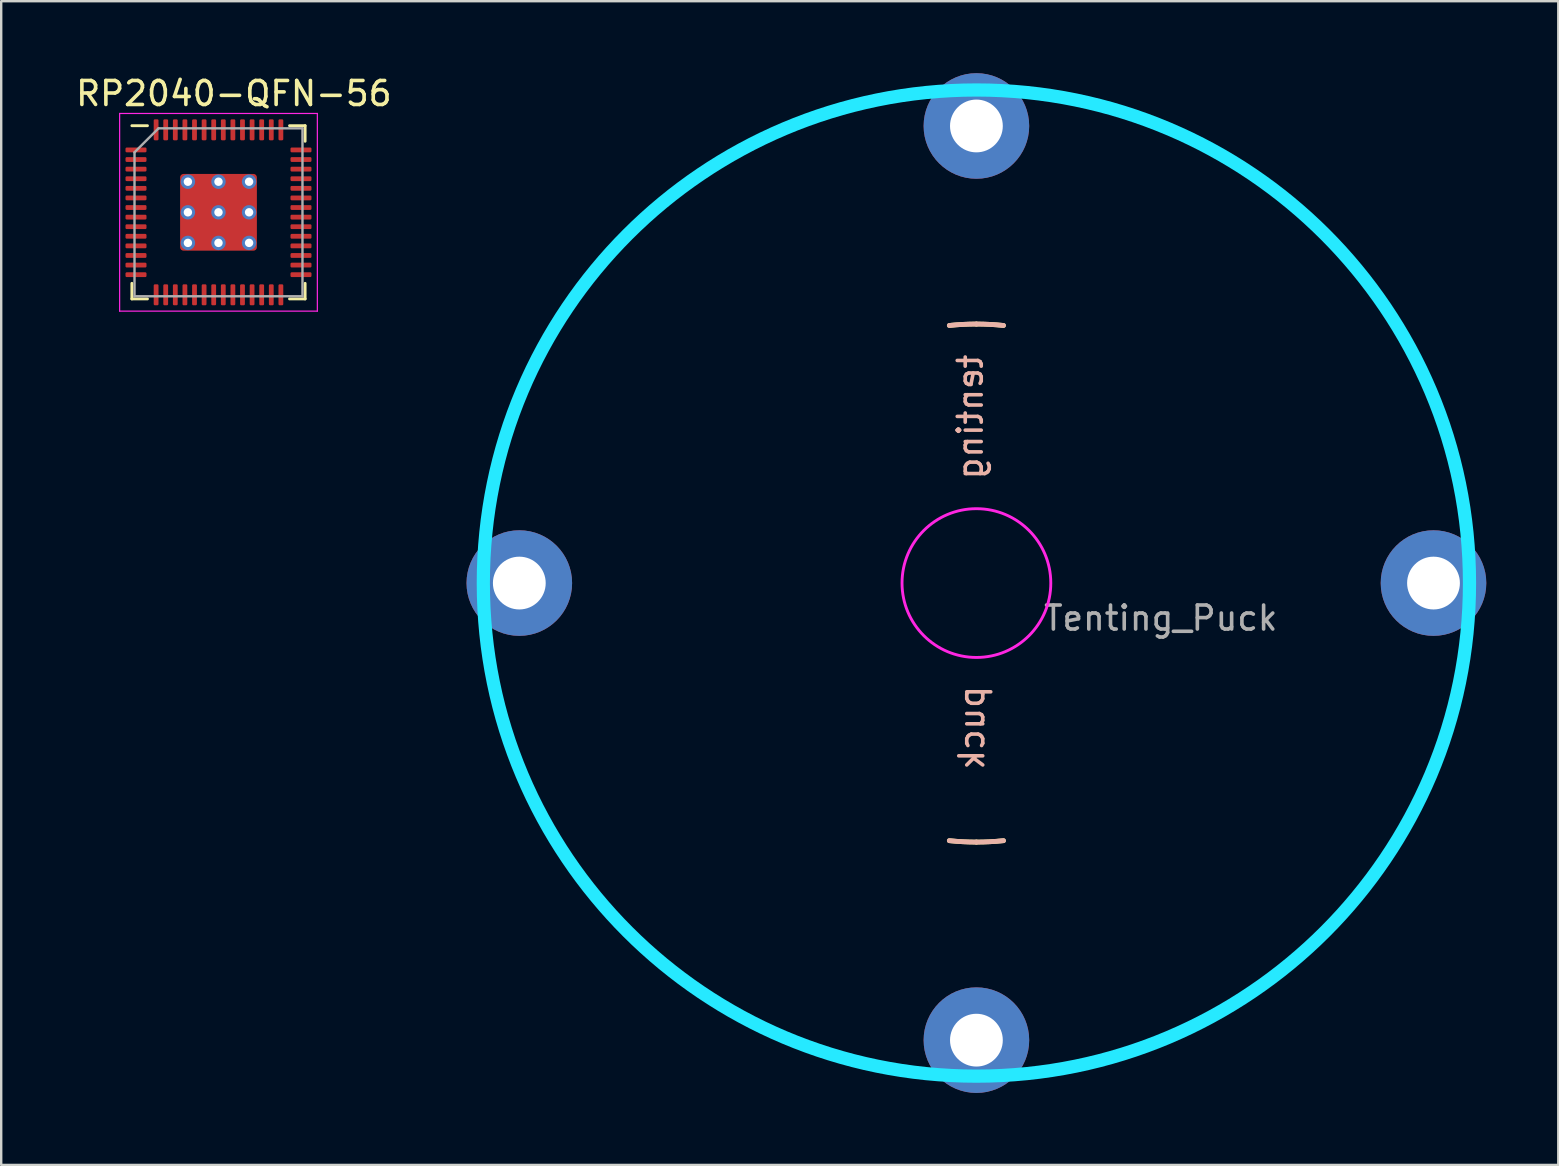
<source format=kicad_pcb>
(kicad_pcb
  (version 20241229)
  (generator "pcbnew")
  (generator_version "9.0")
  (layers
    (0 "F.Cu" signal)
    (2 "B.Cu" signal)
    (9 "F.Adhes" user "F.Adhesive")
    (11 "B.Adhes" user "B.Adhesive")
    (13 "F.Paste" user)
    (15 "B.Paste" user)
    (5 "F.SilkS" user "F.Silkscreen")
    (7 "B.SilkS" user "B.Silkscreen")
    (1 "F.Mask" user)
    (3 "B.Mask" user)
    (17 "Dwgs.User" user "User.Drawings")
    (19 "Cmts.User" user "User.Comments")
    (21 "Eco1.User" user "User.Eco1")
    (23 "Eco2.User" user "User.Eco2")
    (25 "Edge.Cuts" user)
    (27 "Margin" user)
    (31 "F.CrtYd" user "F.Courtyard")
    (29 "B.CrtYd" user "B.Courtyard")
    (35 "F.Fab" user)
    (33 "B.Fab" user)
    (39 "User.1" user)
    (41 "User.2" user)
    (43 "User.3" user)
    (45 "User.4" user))
  (footprint "Tenting_Puck"
    (layer "F.Cu")
    (at 37.643 21.25)
    (property "Reference" "Tenting_Puck" (at 7.684 1.46 0) (layer "F.Fab") (effects (font (size 1 1) (thickness 0.15))))
    (attr through_hole)
    (fp_arc (start -1.128385 -10.735864) (mid -0.564967 -10.780206) (end 0 -10.795) (stroke (width 0.2) (type solid)) (layer "F.SilkS"))
    (fp_arc (start 0 -10.795) (mid 0.564967 -10.780206) (end 1.128385 -10.735864) (stroke (width 0.2) (type solid)) (layer "F.SilkS"))
    (fp_arc (start 0 10.795) (mid -0.564967 10.780206) (end -1.128385 10.735864) (stroke (width 0.2) (type solid)) (layer "F.SilkS"))
    (fp_arc (start 1.128385 10.735864) (mid 0.564967 10.780206) (end 0 10.795) (stroke (width 0.2) (type solid)) (layer "F.SilkS"))
    (fp_arc (start -1.128385 -10.735864) (mid -0.564967 -10.780206) (end 0 -10.795) (stroke (width 0.2) (type solid)) (layer "B.SilkS"))
    (fp_arc (start 0 -10.795) (mid 0.564967 -10.780206) (end 1.128385 -10.735864) (stroke (width 0.2) (type solid)) (layer "B.SilkS"))
    (fp_arc (start 0 10.795) (mid -0.564967 10.780206) (end -1.128385 10.735864) (stroke (width 0.2) (type solid)) (layer "B.SilkS"))
    (fp_arc (start 1.128385 10.735864) (mid 0.564967 10.780206) (end 0 10.795) (stroke (width 0.2) (type solid)) (layer "B.SilkS"))
    (fp_circle (center 0 0) (end 20.55 0) (stroke (width 0.55) (type solid)) (fill no) (layer "B.CrtYd"))
    (fp_circle (center 0 0) (end 3.1 0) (stroke (width 0.12) (type solid)) (fill no) (layer "F.CrtYd"))
    (fp_text user "puck" (at -0.191 6.032 90) (unlocked yes) (layer "B.SilkS") (effects (font (size 1 1) (thickness 0.15)) (justify mirror)))
    (fp_text user "tenting" (at -0.254 -6.921 90) (layer "B.SilkS") (effects (font (size 1 1) (thickness 0.15)) (justify mirror)))
    (pad "" thru_hole circle (at -19.05 0) (size 4.4 4.4) (drill 2.2) (layers "*.Cu" "*.Mask"))
    (pad "" thru_hole circle (at 0 -19.05) (size 4.4 4.4) (drill 2.2) (layers "*.Cu" "*.Mask"))
    (pad "" thru_hole circle (at 0 19.05) (size 4.4 4.4) (drill 2.2) (layers "*.Cu" "*.Mask"))
    (pad "" thru_hole circle (at 19.05 0) (size 4.4 4.4) (drill 2.2) (layers "*.Cu" "*.Mask")))
  (footprint "RP2040-QFN-56"
    (layer "F.Cu")
    (at 6.056 5.798)
    (property "Reference" "RP2040-QFN-56" (at 0.64 -4.95 0) (layer "F.SilkS") (effects (font (size 1 1) (thickness 0.15))))
    (attr smd)
    (fp_line (start -3.61 3.61) (end -3.61 2.96) (stroke (width 0.12) (type solid)) (layer "F.SilkS"))
    (fp_line (start -2.96 -3.61) (end -3.61 -3.61) (stroke (width 0.12) (type solid)) (layer "F.SilkS"))
    (fp_line (start -2.96 3.61) (end -3.61 3.61) (stroke (width 0.12) (type solid)) (layer "F.SilkS"))
    (fp_line (start 2.96 -3.61) (end 3.61 -3.61) (stroke (width 0.12) (type solid)) (layer "F.SilkS"))
    (fp_line (start 2.96 3.61) (end 3.61 3.61) (stroke (width 0.12) (type solid)) (layer "F.SilkS"))
    (fp_line (start 3.61 -3.61) (end 3.61 -2.96) (stroke (width 0.12) (type solid)) (layer "F.SilkS"))
    (fp_line (start 3.61 3.61) (end 3.61 2.96) (stroke (width 0.12) (type solid)) (layer "F.SilkS"))
    (fp_line (start -4.12 -4.12) (end -4.12 4.12) (stroke (width 0.05) (type solid)) (layer "F.CrtYd"))
    (fp_line (start -4.12 4.12) (end 4.12 4.12) (stroke (width 0.05) (type solid)) (layer "F.CrtYd"))
    (fp_line (start 4.12 -4.12) (end -4.12 -4.12) (stroke (width 0.05) (type solid)) (layer "F.CrtYd"))
    (fp_line (start 4.12 4.12) (end 4.12 -4.12) (stroke (width 0.05) (type solid)) (layer "F.CrtYd"))
    (fp_line (start -3.5 -2.5) (end -2.5 -3.5) (stroke (width 0.1) (type solid)) (layer "F.Fab"))
    (fp_line (start -3.5 3.5) (end -3.5 -2.5) (stroke (width 0.1) (type solid)) (layer "F.Fab"))
    (fp_line (start -2.5 -3.5) (end 3.5 -3.5) (stroke (width 0.1) (type solid)) (layer "F.Fab"))
    (fp_line (start 3.5 -3.5) (end 3.5 3.5) (stroke (width 0.1) (type solid)) (layer "F.Fab"))
    (fp_line (start 3.5 3.5) (end -3.5 3.5) (stroke (width 0.1) (type solid)) (layer "F.Fab"))
    (pad "" smd roundrect (at -0.637 -0.637) (size 1.084 1.084) (layers "F.Paste") (roundrect_rratio 0.231))
    (pad "" smd roundrect (at -0.637 0.637) (size 1.084 1.084) (layers "F.Paste") (roundrect_rratio 0.231))
    (pad "" smd roundrect (at 0.637 -0.637) (size 1.084 1.084) (layers "F.Paste") (roundrect_rratio 0.231))
    (pad "" smd roundrect (at 0.637 0.637) (size 1.084 1.084) (layers "F.Paste") (roundrect_rratio 0.231))
    (pad "1" smd roundrect (at -3.438 -2.6) (size 0.875 0.2) (layers "F.Cu" "F.Mask" "F.Paste") (roundrect_rratio 0.25))
    (pad "2" smd roundrect (at -3.438 -2.2) (size 0.875 0.2) (layers "F.Cu" "F.Mask" "F.Paste") (roundrect_rratio 0.25))
    (pad "3" smd roundrect (at -3.438 -1.8) (size 0.875 0.2) (layers "F.Cu" "F.Mask" "F.Paste") (roundrect_rratio 0.25))
    (pad "4" smd roundrect (at -3.438 -1.4) (size 0.875 0.2) (layers "F.Cu" "F.Mask" "F.Paste") (roundrect_rratio 0.25))
    (pad "5" smd roundrect (at -3.438 -1) (size 0.875 0.2) (layers "F.Cu" "F.Mask" "F.Paste") (roundrect_rratio 0.25))
    (pad "6" smd roundrect (at -3.438 -0.6) (size 0.875 0.2) (layers "F.Cu" "F.Mask" "F.Paste") (roundrect_rratio 0.25))
    (pad "7" smd roundrect (at -3.438 -0.2) (size 0.875 0.2) (layers "F.Cu" "F.Mask" "F.Paste") (roundrect_rratio 0.25))
    (pad "8" smd roundrect (at -3.438 0.2) (size 0.875 0.2) (layers "F.Cu" "F.Mask" "F.Paste") (roundrect_rratio 0.25))
    (pad "9" smd roundrect (at -3.438 0.6) (size 0.875 0.2) (layers "F.Cu" "F.Mask" "F.Paste") (roundrect_rratio 0.25))
    (pad "10" smd roundrect (at -3.438 1) (size 0.875 0.2) (layers "F.Cu" "F.Mask" "F.Paste") (roundrect_rratio 0.25))
    (pad "11" smd roundrect (at -3.438 1.4) (size 0.875 0.2) (layers "F.Cu" "F.Mask" "F.Paste") (roundrect_rratio 0.25))
    (pad "12" smd roundrect (at -3.438 1.8) (size 0.875 0.2) (layers "F.Cu" "F.Mask" "F.Paste") (roundrect_rratio 0.25))
    (pad "13" smd roundrect (at -3.438 2.2) (size 0.875 0.2) (layers "F.Cu" "F.Mask" "F.Paste") (roundrect_rratio 0.25))
    (pad "14" smd roundrect (at -3.438 2.6) (size 0.875 0.2) (layers "F.Cu" "F.Mask" "F.Paste") (roundrect_rratio 0.25))
    (pad "15" smd roundrect (at -2.6 3.438) (size 0.2 0.875) (layers "F.Cu" "F.Mask" "F.Paste") (roundrect_rratio 0.25))
    (pad "16" smd roundrect (at -2.2 3.438) (size 0.2 0.875) (layers "F.Cu" "F.Mask" "F.Paste") (roundrect_rratio 0.25))
    (pad "17" smd roundrect (at -1.8 3.438) (size 0.2 0.875) (layers "F.Cu" "F.Mask" "F.Paste") (roundrect_rratio 0.25))
    (pad "18" smd roundrect (at -1.4 3.438) (size 0.2 0.875) (layers "F.Cu" "F.Mask" "F.Paste") (roundrect_rratio 0.25))
    (pad "19" smd roundrect (at -1 3.438) (size 0.2 0.875) (layers "F.Cu" "F.Mask" "F.Paste") (roundrect_rratio 0.25))
    (pad "20" smd roundrect (at -0.6 3.438) (size 0.2 0.875) (layers "F.Cu" "F.Mask" "F.Paste") (roundrect_rratio 0.25))
    (pad "21" smd roundrect (at -0.2 3.438) (size 0.2 0.875) (layers "F.Cu" "F.Mask" "F.Paste") (roundrect_rratio 0.25))
    (pad "22" smd roundrect (at 0.2 3.438) (size 0.2 0.875) (layers "F.Cu" "F.Mask" "F.Paste") (roundrect_rratio 0.25))
    (pad "23" smd roundrect (at 0.6 3.438) (size 0.2 0.875) (layers "F.Cu" "F.Mask" "F.Paste") (roundrect_rratio 0.25))
    (pad "24" smd roundrect (at 1 3.438) (size 0.2 0.875) (layers "F.Cu" "F.Mask" "F.Paste") (roundrect_rratio 0.25))
    (pad "25" smd roundrect (at 1.4 3.438) (size 0.2 0.875) (layers "F.Cu" "F.Mask" "F.Paste") (roundrect_rratio 0.25))
    (pad "26" smd roundrect (at 1.8 3.438) (size 0.2 0.875) (layers "F.Cu" "F.Mask" "F.Paste") (roundrect_rratio 0.25))
    (pad "27" smd roundrect (at 2.2 3.438) (size 0.2 0.875) (layers "F.Cu" "F.Mask" "F.Paste") (roundrect_rratio 0.25))
    (pad "28" smd roundrect (at 2.6 3.438) (size 0.2 0.875) (layers "F.Cu" "F.Mask" "F.Paste") (roundrect_rratio 0.25))
    (pad "29" smd roundrect (at 3.438 2.6) (size 0.875 0.2) (layers "F.Cu" "F.Mask" "F.Paste") (roundrect_rratio 0.25))
    (pad "30" smd roundrect (at 3.438 2.2) (size 0.875 0.2) (layers "F.Cu" "F.Mask" "F.Paste") (roundrect_rratio 0.25))
    (pad "31" smd roundrect (at 3.438 1.8) (size 0.875 0.2) (layers "F.Cu" "F.Mask" "F.Paste") (roundrect_rratio 0.25))
    (pad "32" smd roundrect (at 3.438 1.4) (size 0.875 0.2) (layers "F.Cu" "F.Mask" "F.Paste") (roundrect_rratio 0.25))
    (pad "33" smd roundrect (at 3.438 1) (size 0.875 0.2) (layers "F.Cu" "F.Mask" "F.Paste") (roundrect_rratio 0.25))
    (pad "34" smd roundrect (at 3.438 0.6) (size 0.875 0.2) (layers "F.Cu" "F.Mask" "F.Paste") (roundrect_rratio 0.25))
    (pad "35" smd roundrect (at 3.438 0.2) (size 0.875 0.2) (layers "F.Cu" "F.Mask" "F.Paste") (roundrect_rratio 0.25))
    (pad "36" smd roundrect (at 3.438 -0.2) (size 0.875 0.2) (layers "F.Cu" "F.Mask" "F.Paste") (roundrect_rratio 0.25))
    (pad "37" smd roundrect (at 3.438 -0.6) (size 0.875 0.2) (layers "F.Cu" "F.Mask" "F.Paste") (roundrect_rratio 0.25))
    (pad "38" smd roundrect (at 3.438 -1) (size 0.875 0.2) (layers "F.Cu" "F.Mask" "F.Paste") (roundrect_rratio 0.25))
    (pad "39" smd roundrect (at 3.438 -1.4) (size 0.875 0.2) (layers "F.Cu" "F.Mask" "F.Paste") (roundrect_rratio 0.25))
    (pad "40" smd roundrect (at 3.438 -1.8) (size 0.875 0.2) (layers "F.Cu" "F.Mask" "F.Paste") (roundrect_rratio 0.25))
    (pad "41" smd roundrect (at 3.438 -2.2) (size 0.875 0.2) (layers "F.Cu" "F.Mask" "F.Paste") (roundrect_rratio 0.25))
    (pad "42" smd roundrect (at 3.438 -2.6) (size 0.875 0.2) (layers "F.Cu" "F.Mask" "F.Paste") (roundrect_rratio 0.25))
    (pad "43" smd roundrect (at 2.6 -3.438) (size 0.2 0.875) (layers "F.Cu" "F.Mask" "F.Paste") (roundrect_rratio 0.25))
    (pad "44" smd roundrect (at 2.2 -3.438) (size 0.2 0.875) (layers "F.Cu" "F.Mask" "F.Paste") (roundrect_rratio 0.25))
    (pad "45" smd roundrect (at 1.8 -3.438) (size 0.2 0.875) (layers "F.Cu" "F.Mask" "F.Paste") (roundrect_rratio 0.25))
    (pad "46" smd roundrect (at 1.4 -3.438) (size 0.2 0.875) (layers "F.Cu" "F.Mask" "F.Paste") (roundrect_rratio 0.25))
    (pad "47" smd roundrect (at 1 -3.438) (size 0.2 0.875) (layers "F.Cu" "F.Mask" "F.Paste") (roundrect_rratio 0.25))
    (pad "48" smd roundrect (at 0.6 -3.438) (size 0.2 0.875) (layers "F.Cu" "F.Mask" "F.Paste") (roundrect_rratio 0.25))
    (pad "49" smd roundrect (at 0.2 -3.438) (size 0.2 0.875) (layers "F.Cu" "F.Mask" "F.Paste") (roundrect_rratio 0.25))
    (pad "50" smd roundrect (at -0.2 -3.438) (size 0.2 0.875) (layers "F.Cu" "F.Mask" "F.Paste") (roundrect_rratio 0.25))
    (pad "51" smd roundrect (at -0.6 -3.438) (size 0.2 0.875) (layers "F.Cu" "F.Mask" "F.Paste") (roundrect_rratio 0.25))
    (pad "52" smd roundrect (at -1 -3.438) (size 0.2 0.875) (layers "F.Cu" "F.Mask" "F.Paste") (roundrect_rratio 0.25))
    (pad "53" smd roundrect (at -1.4 -3.438) (size 0.2 0.875) (layers "F.Cu" "F.Mask" "F.Paste") (roundrect_rratio 0.25))
    (pad "54" smd roundrect (at -1.8 -3.438) (size 0.2 0.875) (layers "F.Cu" "F.Mask" "F.Paste") (roundrect_rratio 0.25))
    (pad "55" smd roundrect (at -2.2 -3.438) (size 0.2 0.875) (layers "F.Cu" "F.Mask" "F.Paste") (roundrect_rratio 0.25))
    (pad "56" smd roundrect (at -2.6 -3.438) (size 0.2 0.875) (layers "F.Cu" "F.Mask" "F.Paste") (roundrect_rratio 0.25))
    (pad "57" thru_hole circle (at -1.275 -1.275) (size 0.6 0.6) (drill 0.35) (layers "*.Cu"))
    (pad "57" thru_hole circle (at -1.275 0) (size 0.6 0.6) (drill 0.35) (layers "*.Cu"))
    (pad "57" thru_hole circle (at -1.275 1.275) (size 0.6 0.6) (drill 0.35) (layers "*.Cu"))
    (pad "57" thru_hole circle (at 0 -1.275) (size 0.6 0.6) (drill 0.35) (layers "*.Cu"))
    (pad "57" thru_hole circle (at 0 0) (size 0.6 0.6) (drill 0.35) (layers "*.Cu"))
    (pad "57" smd roundrect (at 0 0) (size 3.2 3.2) (layers "F.Cu" "F.Mask") (roundrect_rratio 0.045))
    (pad "57" thru_hole circle (at 0 1.275) (size 0.6 0.6) (drill 0.35) (layers "*.Cu"))
    (pad "57" thru_hole circle (at 1.275 -1.275) (size 0.6 0.6) (drill 0.35) (layers "*.Cu"))
    (pad "57" thru_hole circle (at 1.275 0) (size 0.6 0.6) (drill 0.35) (layers "*.Cu"))
    (pad "57" thru_hole circle (at 1.275 1.275) (size 0.6 0.6) (drill 0.35) (layers "*.Cu")))
  (gr_rect
    (start -3 -3)
    (end 61.893 45.5)
    (stroke (width 0.1) (type default))
    (fill no)
    (layer "Edge.Cuts")))
</source>
